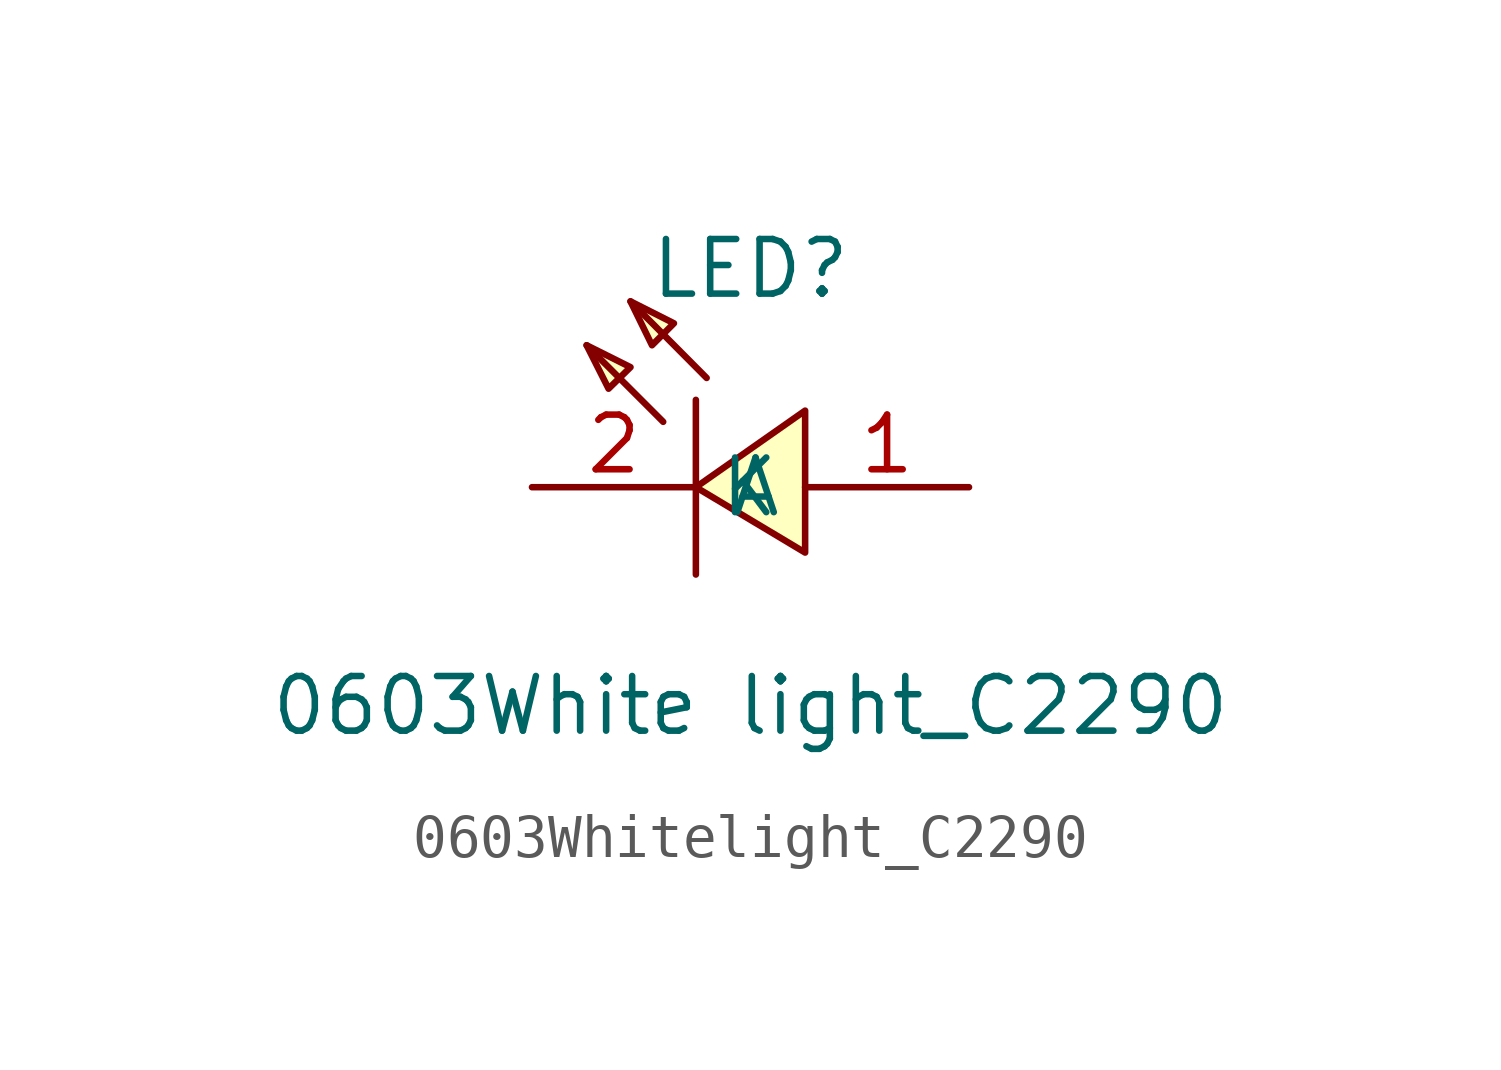
<source format=kicad_sym>
(kicad_symbol_lib
  (version 1)
  (generator "faebryk")
  (symbol "0603Whitelight_C2290"
    (property "Reference" "LED"
      (at 0 3.81 0)
      (effects (font (size 1.27 1.27)) (hide no)))
    (property "Value" "0603White light_C2290"
      (at 0 -6.35 0)
      (effects (font (size 1.27 1.27)) (hide no)))
    (symbol "0603Whitelight_C2290_0_1"
      (polyline (stroke (width 0) (type default) (color 0 0 0 0)) (fill (type background)) (pts (xy -3.81 2.03) (xy -2.79 1.52) (xy -3.3 1.02) (xy -3.81 2.03)))
      (polyline (stroke (width 0) (type default) (color 0 0 0 0)) (fill (type background)) (pts (xy -2.79 3.05) (xy -1.78 2.54) (xy -2.29 2.03) (xy -2.79 3.05)))
      (polyline (stroke (width 0) (type default) (color 0 0 0 0)) (fill (type background)) (pts (xy 1.27 -2.79) (xy -1.27 -1.27) (xy 1.27 0.51) (xy 1.27 -2.79)))
      (polyline (stroke (width 0) (type default) (color 0 0 0 0)) (fill (type none)) (pts (xy -2.03 0.25) (xy -3.81 2.03)))
      (polyline (stroke (width 0) (type default) (color 0 0 0 0)) (fill (type none)) (pts (xy -1.02 1.27) (xy -2.79 3.05)))
      (polyline (stroke (width 0) (type default) (color 0 0 0 0)) (fill (type none)) (pts (xy -1.27 0.76) (xy -1.27 -3.3)))
      (pin unspecified line (at -5.08 -1.27 0) (length 3.81) (name "K" (effects (font (size 1.27 1.27)) (hide no))) (number "2" (effects (font (size 1.27 1.27)) (hide no))))
      (pin unspecified line (at 5.08 -1.27 180) (length 3.81) (name "A" (effects (font (size 1.27 1.27)) (hide no))) (number "1" (effects (font (size 1.27 1.27)) (hide no)))))))
</source>
